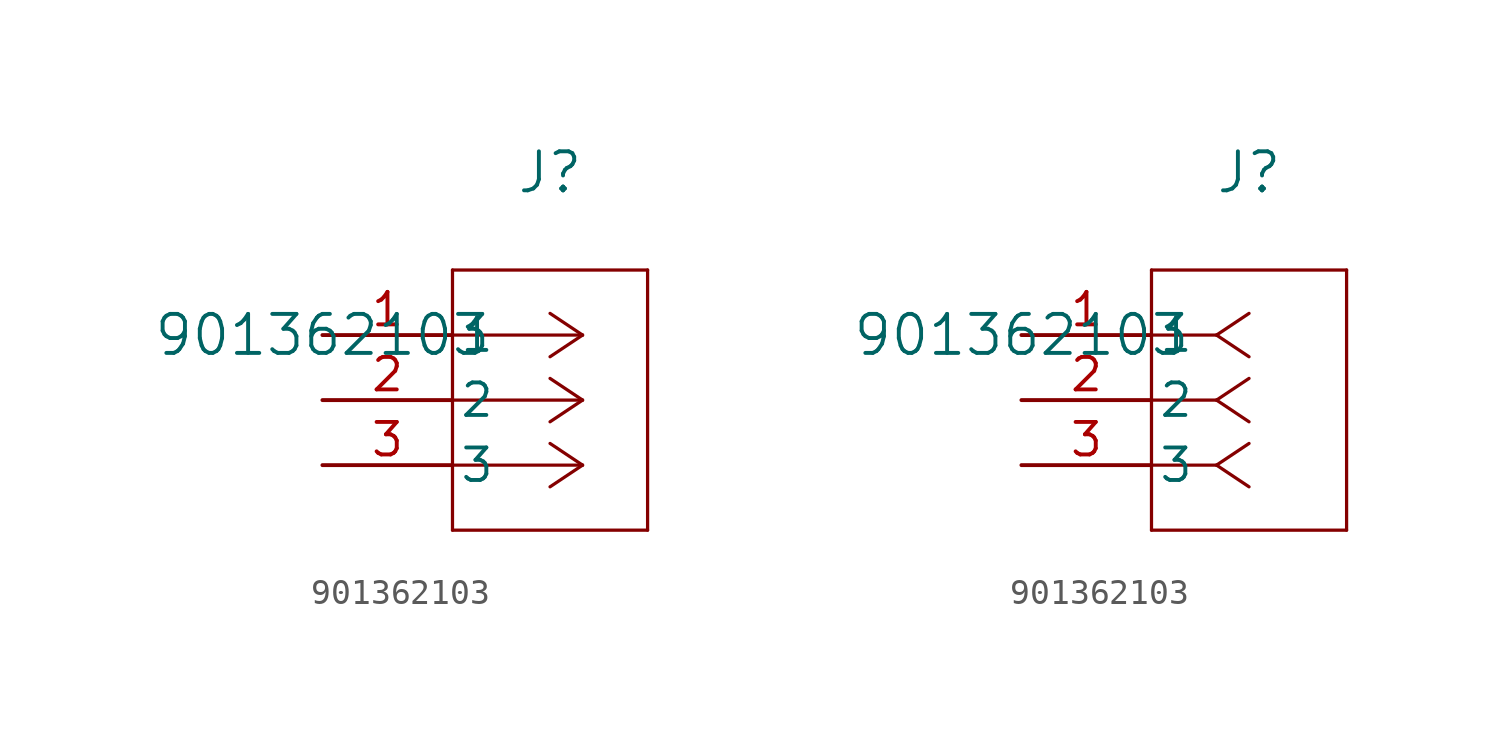
<source format=kicad_sym>
(kicad_symbol_lib
  (version 20211014)
  (generator kicad_symbol_editor)
  (symbol "901362103"
    (pin_names
      (offset 0.254))
    (property "Reference" "J"
      (at 8.89 6.35 0)
      (effects (font (size 1.524 1.524))))
    (property "Value" "901362103"
      (at 0 0 0)
      (effects (font (size 1.524 1.524))))
    (symbol "901362103_1_1"
      (polyline (pts (xy 10.16 0) (xy 5.08 0)) (stroke (width 0.127) (type default) (color 0 0 0 0)) (fill (type none)))
      (polyline (pts (xy 10.16 -2.54) (xy 5.08 -2.54)) (stroke (width 0.127) (type default) (color 0 0 0 0)) (fill (type none)))
      (polyline (pts (xy 10.16 -5.08) (xy 5.08 -5.08)) (stroke (width 0.127) (type default) (color 0 0 0 0)) (fill (type none)))
      (polyline (pts (xy 10.16 0) (xy 8.89 0.847)) (stroke (width 0.127) (type default) (color 0 0 0 0)) (fill (type none)))
      (polyline (pts (xy 10.16 -2.54) (xy 8.89 -1.693)) (stroke (width 0.127) (type default) (color 0 0 0 0)) (fill (type none)))
      (polyline (pts (xy 10.16 -5.08) (xy 8.89 -4.233)) (stroke (width 0.127) (type default) (color 0 0 0 0)) (fill (type none)))
      (polyline (pts (xy 10.16 0) (xy 8.89 -0.847)) (stroke (width 0.127) (type default) (color 0 0 0 0)) (fill (type none)))
      (polyline (pts (xy 10.16 -2.54) (xy 8.89 -3.387)) (stroke (width 0.127) (type default) (color 0 0 0 0)) (fill (type none)))
      (polyline (pts (xy 10.16 -5.08) (xy 8.89 -5.927)) (stroke (width 0.127) (type default) (color 0 0 0 0)) (fill (type none)))
      (polyline (pts (xy 5.08 2.54) (xy 5.08 -7.62)) (stroke (width 0.127) (type default) (color 0 0 0 0)) (fill (type none)))
      (polyline (pts (xy 5.08 -7.62) (xy 12.7 -7.62)) (stroke (width 0.127) (type default) (color 0 0 0 0)) (fill (type none)))
      (polyline (pts (xy 12.7 -7.62) (xy 12.7 2.54)) (stroke (width 0.127) (type default) (color 0 0 0 0)) (fill (type none)))
      (polyline (pts (xy 12.7 2.54) (xy 5.08 2.54)) (stroke (width 0.127) (type default) (color 0 0 0 0)) (fill (type none)))
      (pin unspecified line (at 0 0 0) (length 5.08) (name "1" (effects (font (size 1.27 1.27)))) (number "1" (effects (font (size 1.27 1.27)))))
      (pin unspecified line (at 0 -2.54 0) (length 5.08) (name "2" (effects (font (size 1.27 1.27)))) (number "2" (effects (font (size 1.27 1.27)))))
      (pin unspecified line (at 0 -5.08 0) (length 5.08) (name "3" (effects (font (size 1.27 1.27)))) (number "3" (effects (font (size 1.27 1.27))))))
    (symbol "901362103_1_2"
      (polyline (pts (xy 7.62 0) (xy 5.08 0)) (stroke (width 0.127) (type default) (color 0 0 0 0)) (fill (type none)))
      (polyline (pts (xy 7.62 -2.54) (xy 5.08 -2.54)) (stroke (width 0.127) (type default) (color 0 0 0 0)) (fill (type none)))
      (polyline (pts (xy 7.62 -5.08) (xy 5.08 -5.08)) (stroke (width 0.127) (type default) (color 0 0 0 0)) (fill (type none)))
      (polyline (pts (xy 7.62 0) (xy 8.89 0.847)) (stroke (width 0.127) (type default) (color 0 0 0 0)) (fill (type none)))
      (polyline (pts (xy 7.62 -2.54) (xy 8.89 -1.693)) (stroke (width 0.127) (type default) (color 0 0 0 0)) (fill (type none)))
      (polyline (pts (xy 7.62 -5.08) (xy 8.89 -4.233)) (stroke (width 0.127) (type default) (color 0 0 0 0)) (fill (type none)))
      (polyline (pts (xy 7.62 0) (xy 8.89 -0.847)) (stroke (width 0.127) (type default) (color 0 0 0 0)) (fill (type none)))
      (polyline (pts (xy 7.62 -2.54) (xy 8.89 -3.387)) (stroke (width 0.127) (type default) (color 0 0 0 0)) (fill (type none)))
      (polyline (pts (xy 7.62 -5.08) (xy 8.89 -5.927)) (stroke (width 0.127) (type default) (color 0 0 0 0)) (fill (type none)))
      (polyline (pts (xy 5.08 2.54) (xy 5.08 -7.62)) (stroke (width 0.127) (type default) (color 0 0 0 0)) (fill (type none)))
      (polyline (pts (xy 5.08 -7.62) (xy 12.7 -7.62)) (stroke (width 0.127) (type default) (color 0 0 0 0)) (fill (type none)))
      (polyline (pts (xy 12.7 -7.62) (xy 12.7 2.54)) (stroke (width 0.127) (type default) (color 0 0 0 0)) (fill (type none)))
      (polyline (pts (xy 12.7 2.54) (xy 5.08 2.54)) (stroke (width 0.127) (type default) (color 0 0 0 0)) (fill (type none)))
      (pin unspecified line (at 0 0 0) (length 5.08) (name "1" (effects (font (size 1.27 1.27)))) (number "1" (effects (font (size 1.27 1.27)))))
      (pin unspecified line (at 0 -2.54 0) (length 5.08) (name "2" (effects (font (size 1.27 1.27)))) (number "2" (effects (font (size 1.27 1.27)))))
      (pin unspecified line (at 0 -5.08 0) (length 5.08) (name "3" (effects (font (size 1.27 1.27)))) (number "3" (effects (font (size 1.27 1.27))))))))
</source>
